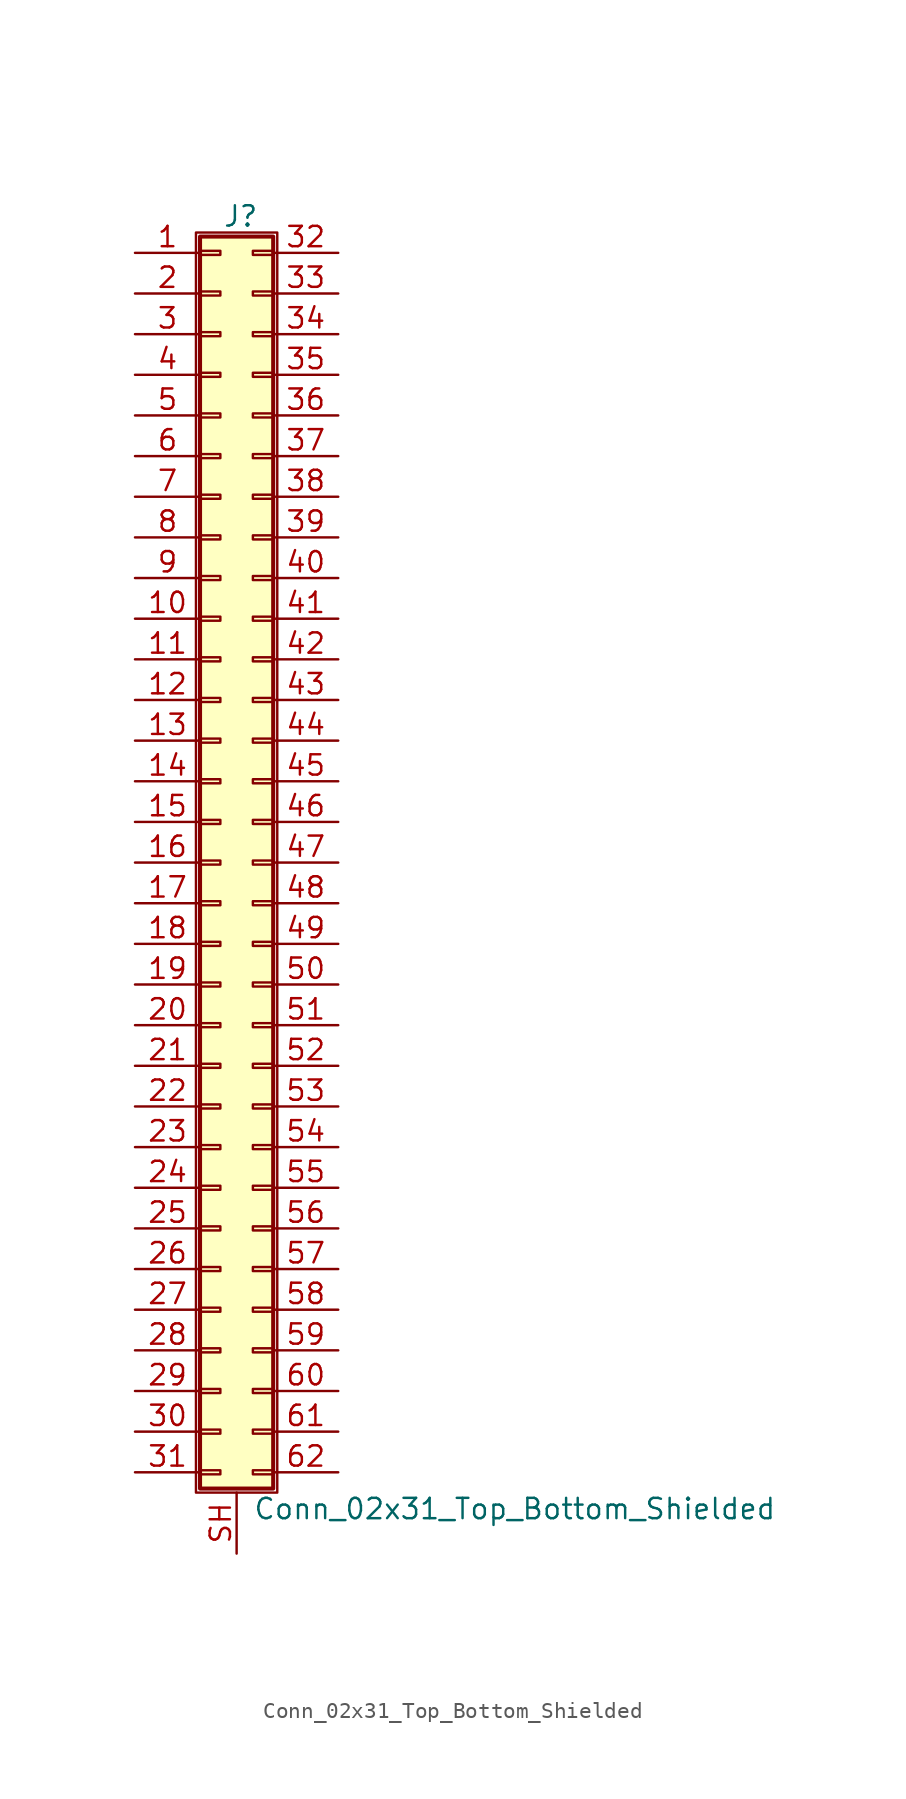
<source format=kicad_sym>
(kicad_symbol_lib
  (version 20201005)
  (generator kicad_symbol_editor)
  (symbol "Conn_02x31_Top_Bottom_Shielded"
    (pin_names
      (offset 1.016) hide)
    (property "Reference" "J"
      (at 1.524 40.386 0)
      (effects (font (size 1.27 1.27))))
    (property "Value" "Conn_02x31_Top_Bottom_Shielded"
      (at 2.286 -40.386 0)
      (effects (font (size 1.27 1.27)) (justify left)))
    (symbol "Conn_02x31_Top_Bottom_Shielded_1_1"
      (rectangle (start -1.27 39.37) (end 3.81 -39.37) (stroke (width 0.152)) (fill (type none)))
      (rectangle (start -1.016 -37.973) (end 0.254 -38.227) (stroke (width 0.152)) (fill (type none)))
      (rectangle (start -1.016 -35.433) (end 0.254 -35.687) (stroke (width 0.152)) (fill (type none)))
      (rectangle (start -1.016 -32.893) (end 0.254 -33.147) (stroke (width 0.152)) (fill (type none)))
      (rectangle (start -1.016 -30.353) (end 0.254 -30.607) (stroke (width 0.152)) (fill (type none)))
      (rectangle (start -1.016 -27.813) (end 0.254 -28.067) (stroke (width 0.152)) (fill (type none)))
      (rectangle (start -1.016 -25.273) (end 0.254 -25.527) (stroke (width 0.152)) (fill (type none)))
      (rectangle (start -1.016 -22.733) (end 0.254 -22.987) (stroke (width 0.152)) (fill (type none)))
      (rectangle (start -1.016 -20.193) (end 0.254 -20.447) (stroke (width 0.152)) (fill (type none)))
      (rectangle (start -1.016 -17.653) (end 0.254 -17.907) (stroke (width 0.152)) (fill (type none)))
      (rectangle (start -1.016 -15.113) (end 0.254 -15.367) (stroke (width 0.152)) (fill (type none)))
      (rectangle (start -1.016 -12.573) (end 0.254 -12.827) (stroke (width 0.152)) (fill (type none)))
      (rectangle (start -1.016 -10.033) (end 0.254 -10.287) (stroke (width 0.152)) (fill (type none)))
      (rectangle (start -1.016 -7.493) (end 0.254 -7.747) (stroke (width 0.152)) (fill (type none)))
      (rectangle (start -1.016 -4.953) (end 0.254 -5.207) (stroke (width 0.152)) (fill (type none)))
      (rectangle (start -1.016 -2.413) (end 0.254 -2.667) (stroke (width 0.152)) (fill (type none)))
      (rectangle (start -1.016 0.127) (end 0.254 -0.127) (stroke (width 0.152)) (fill (type none)))
      (rectangle (start -1.016 2.667) (end 0.254 2.413) (stroke (width 0.152)) (fill (type none)))
      (rectangle (start -1.016 5.207) (end 0.254 4.953) (stroke (width 0.152)) (fill (type none)))
      (rectangle (start -1.016 7.747) (end 0.254 7.493) (stroke (width 0.152)) (fill (type none)))
      (rectangle (start -1.016 10.287) (end 0.254 10.033) (stroke (width 0.152)) (fill (type none)))
      (rectangle (start -1.016 12.827) (end 0.254 12.573) (stroke (width 0.152)) (fill (type none)))
      (rectangle (start -1.016 15.367) (end 0.254 15.113) (stroke (width 0.152)) (fill (type none)))
      (rectangle (start -1.016 17.907) (end 0.254 17.653) (stroke (width 0.152)) (fill (type none)))
      (rectangle (start -1.016 20.447) (end 0.254 20.193) (stroke (width 0.152)) (fill (type none)))
      (rectangle (start -1.016 22.987) (end 0.254 22.733) (stroke (width 0.152)) (fill (type none)))
      (rectangle (start -1.016 25.527) (end 0.254 25.273) (stroke (width 0.152)) (fill (type none)))
      (rectangle (start -1.016 28.067) (end 0.254 27.813) (stroke (width 0.152)) (fill (type none)))
      (rectangle (start -1.016 30.607) (end 0.254 30.353) (stroke (width 0.152)) (fill (type none)))
      (rectangle (start -1.016 33.147) (end 0.254 32.893) (stroke (width 0.152)) (fill (type none)))
      (rectangle (start -1.016 35.687) (end 0.254 35.433) (stroke (width 0.152)) (fill (type none)))
      (rectangle (start -1.016 38.227) (end 0.254 37.973) (stroke (width 0.152)) (fill (type none)))
      (rectangle (start 3.556 -37.973) (end 2.286 -38.227) (stroke (width 0.152)) (fill (type none)))
      (rectangle (start 3.556 -35.433) (end 2.286 -35.687) (stroke (width 0.152)) (fill (type none)))
      (rectangle (start 3.556 -32.893) (end 2.286 -33.147) (stroke (width 0.152)) (fill (type none)))
      (rectangle (start 3.556 -30.353) (end 2.286 -30.607) (stroke (width 0.152)) (fill (type none)))
      (rectangle (start 3.556 -27.813) (end 2.286 -28.067) (stroke (width 0.152)) (fill (type none)))
      (rectangle (start 3.556 -25.273) (end 2.286 -25.527) (stroke (width 0.152)) (fill (type none)))
      (rectangle (start 3.556 -22.733) (end 2.286 -22.987) (stroke (width 0.152)) (fill (type none)))
      (rectangle (start 3.556 -20.193) (end 2.286 -20.447) (stroke (width 0.152)) (fill (type none)))
      (rectangle (start 3.556 -17.653) (end 2.286 -17.907) (stroke (width 0.152)) (fill (type none)))
      (rectangle (start 3.556 -15.113) (end 2.286 -15.367) (stroke (width 0.152)) (fill (type none)))
      (rectangle (start 3.556 -12.573) (end 2.286 -12.827) (stroke (width 0.152)) (fill (type none)))
      (rectangle (start 3.556 -10.033) (end 2.286 -10.287) (stroke (width 0.152)) (fill (type none)))
      (rectangle (start 3.556 -7.493) (end 2.286 -7.747) (stroke (width 0.152)) (fill (type none)))
      (rectangle (start 3.556 -4.953) (end 2.286 -5.207) (stroke (width 0.152)) (fill (type none)))
      (rectangle (start 3.556 -2.413) (end 2.286 -2.667) (stroke (width 0.152)) (fill (type none)))
      (rectangle (start 3.556 0.127) (end 2.286 -0.127) (stroke (width 0.152)) (fill (type none)))
      (rectangle (start 3.556 2.667) (end 2.286 2.413) (stroke (width 0.152)) (fill (type none)))
      (rectangle (start 3.556 5.207) (end 2.286 4.953) (stroke (width 0.152)) (fill (type none)))
      (rectangle (start 3.556 7.747) (end 2.286 7.493) (stroke (width 0.152)) (fill (type none)))
      (rectangle (start 3.556 10.287) (end 2.286 10.033) (stroke (width 0.152)) (fill (type none)))
      (rectangle (start 3.556 12.827) (end 2.286 12.573) (stroke (width 0.152)) (fill (type none)))
      (rectangle (start 3.556 15.367) (end 2.286 15.113) (stroke (width 0.152)) (fill (type none)))
      (rectangle (start 3.556 17.907) (end 2.286 17.653) (stroke (width 0.152)) (fill (type none)))
      (rectangle (start 3.556 20.447) (end 2.286 20.193) (stroke (width 0.152)) (fill (type none)))
      (rectangle (start 3.556 22.987) (end 2.286 22.733) (stroke (width 0.152)) (fill (type none)))
      (rectangle (start 3.556 25.527) (end 2.286 25.273) (stroke (width 0.152)) (fill (type none)))
      (rectangle (start 3.556 28.067) (end 2.286 27.813) (stroke (width 0.152)) (fill (type none)))
      (rectangle (start 3.556 30.607) (end 2.286 30.353) (stroke (width 0.152)) (fill (type none)))
      (rectangle (start 3.556 33.147) (end 2.286 32.893) (stroke (width 0.152)) (fill (type none)))
      (rectangle (start 3.556 35.687) (end 2.286 35.433) (stroke (width 0.152)) (fill (type none)))
      (rectangle (start 3.556 38.227) (end 2.286 37.973) (stroke (width 0.152)) (fill (type none)))
      (rectangle (start -1.016 39.116) (end 3.556 -39.116) (stroke (width 0.254)) (fill (type background)))
      (pin passive line (at -5.08 38.1 0) (length 4.064) (name "Pin_1" (effects (font (size 1.27 1.27)))) (number "1" (effects (font (size 1.27 1.27)))))
      (pin passive line (at -5.08 15.24 0) (length 4.064) (name "Pin_10" (effects (font (size 1.27 1.27)))) (number "10" (effects (font (size 1.27 1.27)))))
      (pin passive line (at -5.08 12.7 0) (length 4.064) (name "Pin_11" (effects (font (size 1.27 1.27)))) (number "11" (effects (font (size 1.27 1.27)))))
      (pin passive line (at -5.08 10.16 0) (length 4.064) (name "Pin_12" (effects (font (size 1.27 1.27)))) (number "12" (effects (font (size 1.27 1.27)))))
      (pin passive line (at -5.08 7.62 0) (length 4.064) (name "Pin_13" (effects (font (size 1.27 1.27)))) (number "13" (effects (font (size 1.27 1.27)))))
      (pin passive line (at -5.08 5.08 0) (length 4.064) (name "Pin_14" (effects (font (size 1.27 1.27)))) (number "14" (effects (font (size 1.27 1.27)))))
      (pin passive line (at -5.08 2.54 0) (length 4.064) (name "Pin_15" (effects (font (size 1.27 1.27)))) (number "15" (effects (font (size 1.27 1.27)))))
      (pin passive line (at -5.08 0 0) (length 4.064) (name "Pin_16" (effects (font (size 1.27 1.27)))) (number "16" (effects (font (size 1.27 1.27)))))
      (pin passive line (at -5.08 -2.54 0) (length 4.064) (name "Pin_17" (effects (font (size 1.27 1.27)))) (number "17" (effects (font (size 1.27 1.27)))))
      (pin passive line (at -5.08 -5.08 0) (length 4.064) (name "Pin_18" (effects (font (size 1.27 1.27)))) (number "18" (effects (font (size 1.27 1.27)))))
      (pin passive line (at -5.08 -7.62 0) (length 4.064) (name "Pin_19" (effects (font (size 1.27 1.27)))) (number "19" (effects (font (size 1.27 1.27)))))
      (pin passive line (at -5.08 35.56 0) (length 4.064) (name "Pin_2" (effects (font (size 1.27 1.27)))) (number "2" (effects (font (size 1.27 1.27)))))
      (pin passive line (at -5.08 -10.16 0) (length 4.064) (name "Pin_20" (effects (font (size 1.27 1.27)))) (number "20" (effects (font (size 1.27 1.27)))))
      (pin passive line (at -5.08 -12.7 0) (length 4.064) (name "Pin_21" (effects (font (size 1.27 1.27)))) (number "21" (effects (font (size 1.27 1.27)))))
      (pin passive line (at -5.08 -15.24 0) (length 4.064) (name "Pin_22" (effects (font (size 1.27 1.27)))) (number "22" (effects (font (size 1.27 1.27)))))
      (pin passive line (at -5.08 -17.78 0) (length 4.064) (name "Pin_23" (effects (font (size 1.27 1.27)))) (number "23" (effects (font (size 1.27 1.27)))))
      (pin passive line (at -5.08 -20.32 0) (length 4.064) (name "Pin_24" (effects (font (size 1.27 1.27)))) (number "24" (effects (font (size 1.27 1.27)))))
      (pin passive line (at -5.08 -22.86 0) (length 4.064) (name "Pin_25" (effects (font (size 1.27 1.27)))) (number "25" (effects (font (size 1.27 1.27)))))
      (pin passive line (at -5.08 -25.4 0) (length 4.064) (name "Pin_26" (effects (font (size 1.27 1.27)))) (number "26" (effects (font (size 1.27 1.27)))))
      (pin passive line (at -5.08 -27.94 0) (length 4.064) (name "Pin_27" (effects (font (size 1.27 1.27)))) (number "27" (effects (font (size 1.27 1.27)))))
      (pin passive line (at -5.08 -30.48 0) (length 4.064) (name "Pin_28" (effects (font (size 1.27 1.27)))) (number "28" (effects (font (size 1.27 1.27)))))
      (pin passive line (at -5.08 -33.02 0) (length 4.064) (name "Pin_29" (effects (font (size 1.27 1.27)))) (number "29" (effects (font (size 1.27 1.27)))))
      (pin passive line (at -5.08 33.02 0) (length 4.064) (name "Pin_3" (effects (font (size 1.27 1.27)))) (number "3" (effects (font (size 1.27 1.27)))))
      (pin passive line (at -5.08 -35.56 0) (length 4.064) (name "Pin_30" (effects (font (size 1.27 1.27)))) (number "30" (effects (font (size 1.27 1.27)))))
      (pin passive line (at -5.08 -38.1 0) (length 4.064) (name "Pin_31" (effects (font (size 1.27 1.27)))) (number "31" (effects (font (size 1.27 1.27)))))
      (pin passive line (at 7.62 38.1 180) (length 4.064) (name "Pin_32" (effects (font (size 1.27 1.27)))) (number "32" (effects (font (size 1.27 1.27)))))
      (pin passive line (at 7.62 35.56 180) (length 4.064) (name "Pin_33" (effects (font (size 1.27 1.27)))) (number "33" (effects (font (size 1.27 1.27)))))
      (pin passive line (at 7.62 33.02 180) (length 4.064) (name "Pin_34" (effects (font (size 1.27 1.27)))) (number "34" (effects (font (size 1.27 1.27)))))
      (pin passive line (at 7.62 30.48 180) (length 4.064) (name "Pin_35" (effects (font (size 1.27 1.27)))) (number "35" (effects (font (size 1.27 1.27)))))
      (pin passive line (at 7.62 27.94 180) (length 4.064) (name "Pin_36" (effects (font (size 1.27 1.27)))) (number "36" (effects (font (size 1.27 1.27)))))
      (pin passive line (at 7.62 25.4 180) (length 4.064) (name "Pin_37" (effects (font (size 1.27 1.27)))) (number "37" (effects (font (size 1.27 1.27)))))
      (pin passive line (at 7.62 22.86 180) (length 4.064) (name "Pin_38" (effects (font (size 1.27 1.27)))) (number "38" (effects (font (size 1.27 1.27)))))
      (pin passive line (at 7.62 20.32 180) (length 4.064) (name "Pin_39" (effects (font (size 1.27 1.27)))) (number "39" (effects (font (size 1.27 1.27)))))
      (pin passive line (at -5.08 30.48 0) (length 4.064) (name "Pin_4" (effects (font (size 1.27 1.27)))) (number "4" (effects (font (size 1.27 1.27)))))
      (pin passive line (at 7.62 17.78 180) (length 4.064) (name "Pin_40" (effects (font (size 1.27 1.27)))) (number "40" (effects (font (size 1.27 1.27)))))
      (pin passive line (at 7.62 15.24 180) (length 4.064) (name "Pin_41" (effects (font (size 1.27 1.27)))) (number "41" (effects (font (size 1.27 1.27)))))
      (pin passive line (at 7.62 12.7 180) (length 4.064) (name "Pin_42" (effects (font (size 1.27 1.27)))) (number "42" (effects (font (size 1.27 1.27)))))
      (pin passive line (at 7.62 10.16 180) (length 4.064) (name "Pin_43" (effects (font (size 1.27 1.27)))) (number "43" (effects (font (size 1.27 1.27)))))
      (pin passive line (at 7.62 7.62 180) (length 4.064) (name "Pin_44" (effects (font (size 1.27 1.27)))) (number "44" (effects (font (size 1.27 1.27)))))
      (pin passive line (at 7.62 5.08 180) (length 4.064) (name "Pin_45" (effects (font (size 1.27 1.27)))) (number "45" (effects (font (size 1.27 1.27)))))
      (pin passive line (at 7.62 2.54 180) (length 4.064) (name "Pin_46" (effects (font (size 1.27 1.27)))) (number "46" (effects (font (size 1.27 1.27)))))
      (pin passive line (at 7.62 0 180) (length 4.064) (name "Pin_47" (effects (font (size 1.27 1.27)))) (number "47" (effects (font (size 1.27 1.27)))))
      (pin passive line (at 7.62 -2.54 180) (length 4.064) (name "Pin_48" (effects (font (size 1.27 1.27)))) (number "48" (effects (font (size 1.27 1.27)))))
      (pin passive line (at 7.62 -5.08 180) (length 4.064) (name "Pin_49" (effects (font (size 1.27 1.27)))) (number "49" (effects (font (size 1.27 1.27)))))
      (pin passive line (at -5.08 27.94 0) (length 4.064) (name "Pin_5" (effects (font (size 1.27 1.27)))) (number "5" (effects (font (size 1.27 1.27)))))
      (pin passive line (at 7.62 -7.62 180) (length 4.064) (name "Pin_50" (effects (font (size 1.27 1.27)))) (number "50" (effects (font (size 1.27 1.27)))))
      (pin passive line (at 7.62 -10.16 180) (length 4.064) (name "Pin_51" (effects (font (size 1.27 1.27)))) (number "51" (effects (font (size 1.27 1.27)))))
      (pin passive line (at 7.62 -12.7 180) (length 4.064) (name "Pin_52" (effects (font (size 1.27 1.27)))) (number "52" (effects (font (size 1.27 1.27)))))
      (pin passive line (at 7.62 -15.24 180) (length 4.064) (name "Pin_53" (effects (font (size 1.27 1.27)))) (number "53" (effects (font (size 1.27 1.27)))))
      (pin passive line (at 7.62 -17.78 180) (length 4.064) (name "Pin_54" (effects (font (size 1.27 1.27)))) (number "54" (effects (font (size 1.27 1.27)))))
      (pin passive line (at 7.62 -20.32 180) (length 4.064) (name "Pin_55" (effects (font (size 1.27 1.27)))) (number "55" (effects (font (size 1.27 1.27)))))
      (pin passive line (at 7.62 -22.86 180) (length 4.064) (name "Pin_56" (effects (font (size 1.27 1.27)))) (number "56" (effects (font (size 1.27 1.27)))))
      (pin passive line (at 7.62 -25.4 180) (length 4.064) (name "Pin_57" (effects (font (size 1.27 1.27)))) (number "57" (effects (font (size 1.27 1.27)))))
      (pin passive line (at 7.62 -27.94 180) (length 4.064) (name "Pin_58" (effects (font (size 1.27 1.27)))) (number "58" (effects (font (size 1.27 1.27)))))
      (pin passive line (at 7.62 -30.48 180) (length 4.064) (name "Pin_59" (effects (font (size 1.27 1.27)))) (number "59" (effects (font (size 1.27 1.27)))))
      (pin passive line (at -5.08 25.4 0) (length 4.064) (name "Pin_6" (effects (font (size 1.27 1.27)))) (number "6" (effects (font (size 1.27 1.27)))))
      (pin passive line (at 7.62 -33.02 180) (length 4.064) (name "Pin_60" (effects (font (size 1.27 1.27)))) (number "60" (effects (font (size 1.27 1.27)))))
      (pin passive line (at 7.62 -35.56 180) (length 4.064) (name "Pin_61" (effects (font (size 1.27 1.27)))) (number "61" (effects (font (size 1.27 1.27)))))
      (pin passive line (at 7.62 -38.1 180) (length 4.064) (name "Pin_62" (effects (font (size 1.27 1.27)))) (number "62" (effects (font (size 1.27 1.27)))))
      (pin passive line (at -5.08 22.86 0) (length 4.064) (name "Pin_7" (effects (font (size 1.27 1.27)))) (number "7" (effects (font (size 1.27 1.27)))))
      (pin passive line (at -5.08 20.32 0) (length 4.064) (name "Pin_8" (effects (font (size 1.27 1.27)))) (number "8" (effects (font (size 1.27 1.27)))))
      (pin passive line (at -5.08 17.78 0) (length 4.064) (name "Pin_9" (effects (font (size 1.27 1.27)))) (number "9" (effects (font (size 1.27 1.27)))))
      (pin passive line (at 1.27 -43.18 90) (length 3.81) (name "Shield" (effects (font (size 1.27 1.27)))) (number "SH" (effects (font (size 1.27 1.27))))))))
</source>
